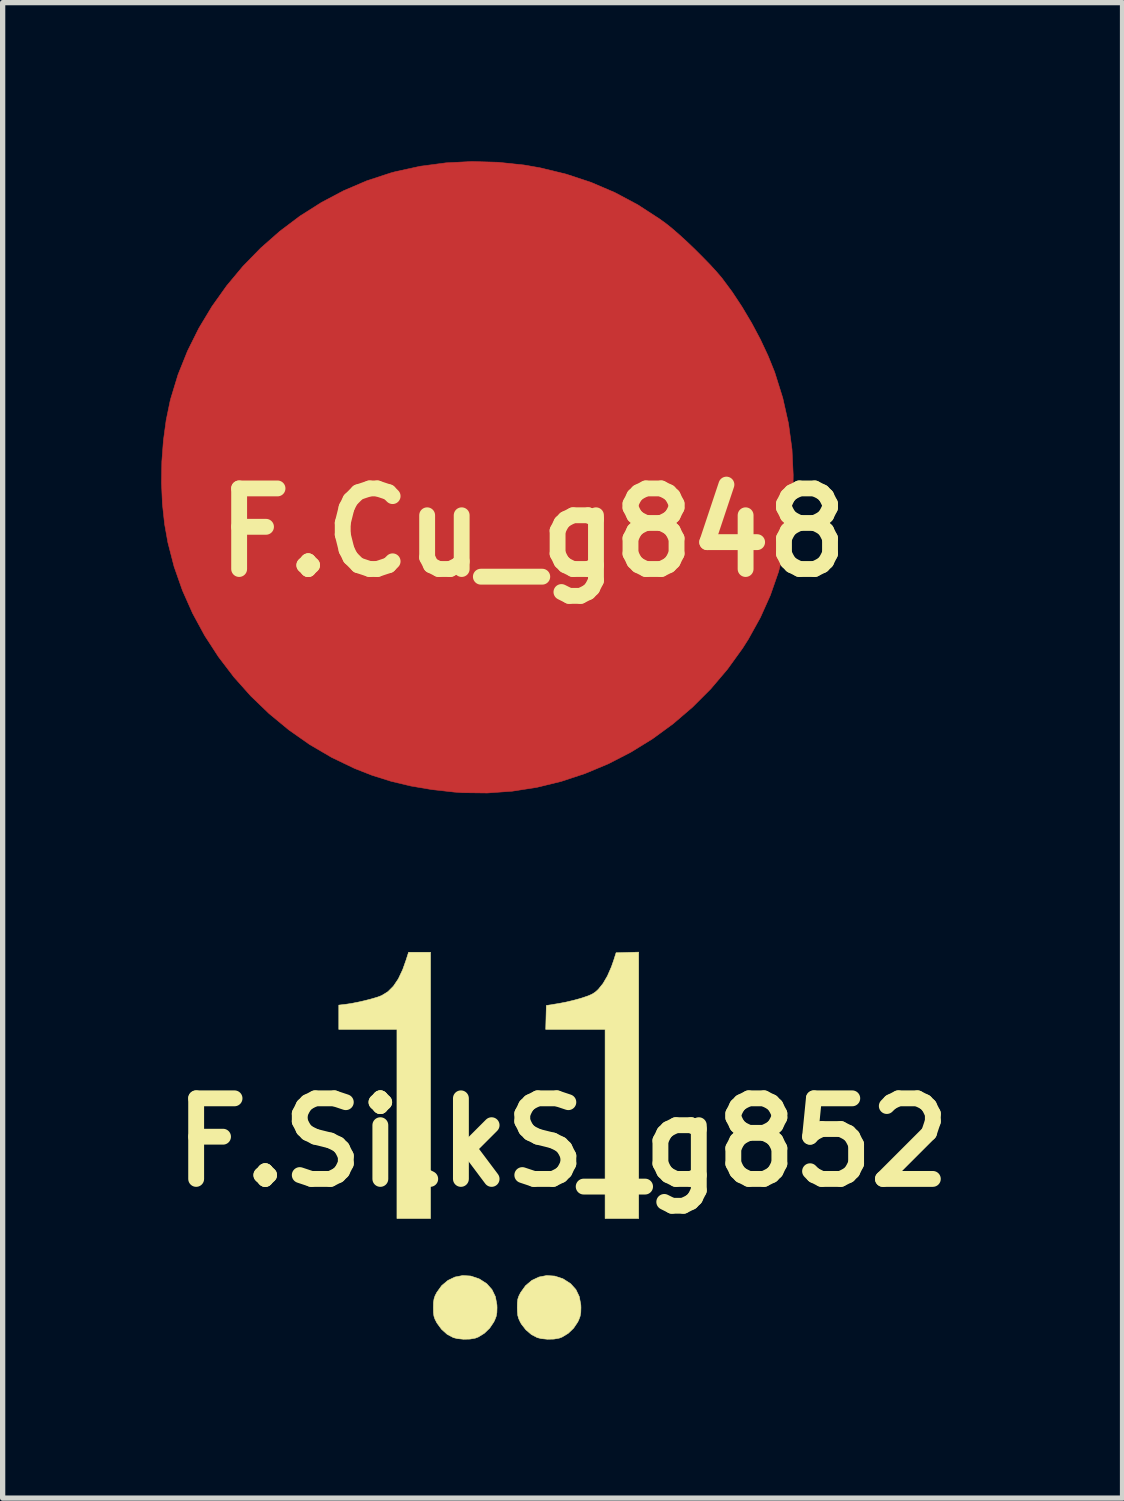
<source format=kicad_pcb>
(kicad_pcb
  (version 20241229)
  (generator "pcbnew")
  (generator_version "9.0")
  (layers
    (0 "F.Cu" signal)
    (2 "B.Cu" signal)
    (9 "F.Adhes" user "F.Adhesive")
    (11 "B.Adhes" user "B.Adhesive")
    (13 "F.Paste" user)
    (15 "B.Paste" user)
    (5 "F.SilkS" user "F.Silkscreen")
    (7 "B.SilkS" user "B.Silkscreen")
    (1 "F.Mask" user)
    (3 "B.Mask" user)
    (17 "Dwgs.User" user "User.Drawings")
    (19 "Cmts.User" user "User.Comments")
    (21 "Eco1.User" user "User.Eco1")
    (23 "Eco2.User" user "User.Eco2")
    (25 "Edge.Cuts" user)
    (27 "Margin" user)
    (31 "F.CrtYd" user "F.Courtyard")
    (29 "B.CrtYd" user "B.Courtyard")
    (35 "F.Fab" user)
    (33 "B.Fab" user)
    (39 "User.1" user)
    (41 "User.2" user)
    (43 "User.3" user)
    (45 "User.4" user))
  (footprint "F.Cu_g848"
    (layer "F.Cu")
    (at 7.025 7.023)
    (property "Reference" "F.Cu_g848" (at 0 0 0) (layer "F.SilkS") (effects (font (size 1.524 1.524) (thickness 0.3))))
    (attr through_hole)
    (fp_poly (pts (xy -0.654 -7.004) (xy -0.162 -6.952) (xy 0.141 -6.899) (xy 0.632 -6.78) (xy 1.104 -6.624) (xy 1.555 -6.431) (xy 1.988 -6.2) (xy 2.402 -5.931) (xy 2.517 -5.848) (xy 2.632 -5.756) (xy 2.767 -5.639) (xy 2.914 -5.505) (xy 3.067 -5.359) (xy 3.217 -5.209) (xy 3.358 -5.064) (xy 3.482 -4.928) (xy 3.582 -4.811) (xy 3.586 -4.805) (xy 3.776 -4.549) (xy 3.963 -4.265) (xy 4.143 -3.962) (xy 4.308 -3.652) (xy 4.452 -3.345) (xy 4.57 -3.053) (xy 4.58 -3.026) (xy 4.731 -2.544) (xy 4.839 -2.062) (xy 4.905 -1.577) (xy 4.928 -1.09) (xy 4.925 -0.857) (xy 4.915 -0.654) (xy 4.9 -0.468) (xy 4.878 -0.286) (xy 4.847 -0.096) (xy 4.807 0.113) (xy 4.771 0.278) (xy 4.65 0.744) (xy 4.496 1.186) (xy 4.307 1.607) (xy 4.082 2.013) (xy 3.971 2.188) (xy 3.683 2.587) (xy 3.366 2.96) (xy 3.022 3.304) (xy 2.654 3.619) (xy 2.265 3.903) (xy 1.856 4.155) (xy 1.431 4.374) (xy 0.991 4.558) (xy 0.54 4.707) (xy 0.08 4.819) (xy -0.387 4.892) (xy -0.858 4.926) (xy -1.331 4.92) (xy -1.482 4.909) (xy -1.908 4.861) (xy -2.303 4.794) (xy -2.676 4.705) (xy -3.033 4.593) (xy -3.365 4.463) (xy -3.8 4.254) (xy -4.217 4.01) (xy -4.612 3.733) (xy -4.984 3.426) (xy -5.331 3.092) (xy -5.651 2.733) (xy -5.943 2.35) (xy -6.204 1.948) (xy -6.432 1.528) (xy -6.625 1.093) (xy -6.782 0.645) (xy -6.9 0.187) (xy -6.962 -0.162) (xy -7.003 -0.543) (xy -7.02 -0.94) (xy -7.014 -1.343) (xy -6.984 -1.742) (xy -6.932 -2.126) (xy -6.858 -2.485) (xy -6.847 -2.529) (xy -6.707 -2.989) (xy -6.528 -3.435) (xy -6.314 -3.865) (xy -6.066 -4.277) (xy -5.787 -4.669) (xy -5.479 -5.038) (xy -5.143 -5.382) (xy -4.783 -5.699) (xy -4.401 -5.987) (xy -3.997 -6.243) (xy -3.576 -6.466) (xy -3.139 -6.653) (xy -2.688 -6.801) (xy -2.596 -6.826) (xy -2.124 -6.929) (xy -1.64 -6.993) (xy -1.148 -7.018) (xy -0.654 -7.004)) (stroke (width 0.01) (type solid)) (fill yes) (layer "F.Cu")))
  (footprint "F.SilkS_g852"
    (layer "F.Cu")
    (at 7.591 18.559)
    (property "Reference" "F.SilkS_g852" (at 0 0 0) (layer "F.SilkS") (effects (font (size 1.524 1.524) (thickness 0.3))))
    (attr through_hole)
    (fp_poly (pts (xy -2.498 1.439) (xy -3.133 1.439) (xy -3.133 -2.138) (xy -4.233 -2.138) (xy -4.233 -2.598) (xy -4.111 -2.612) (xy -4.001 -2.628) (xy -3.873 -2.653) (xy -3.74 -2.683) (xy -3.613 -2.716) (xy -3.504 -2.748) (xy -3.425 -2.778) (xy -3.422 -2.779) (xy -3.304 -2.852) (xy -3.2 -2.956) (xy -3.107 -3.094) (xy -3.024 -3.27) (xy -2.962 -3.445) (xy -2.913 -3.598) (xy -2.498 -3.598) (xy -2.498 1.439)) (stroke (width 0.01) (type solid)) (fill yes) (layer "F.SilkS"))
    (fp_poly (pts (xy 1.439 1.439) (xy 0.804 1.439) (xy 0.804 -2.138) (xy -0.319 -2.138) (xy -0.307 -2.591) (xy -0.074 -2.628) (xy 0.051 -2.652) (xy 0.19 -2.684) (xy 0.32 -2.719) (xy 0.37 -2.734) (xy 0.473 -2.769) (xy 0.547 -2.8) (xy 0.604 -2.834) (xy 0.655 -2.876) (xy 0.679 -2.9) (xy 0.766 -3.008) (xy 0.849 -3.151) (xy 0.924 -3.323) (xy 0.965 -3.44) (xy 1.012 -3.588) (xy 1.439 -3.6) (xy 1.439 1.439)) (stroke (width 0.01) (type solid)) (fill yes) (layer "F.SilkS"))
    (fp_poly (pts (xy -1.738 2.526) (xy -1.587 2.576) (xy -1.57 2.584) (xy -1.435 2.671) (xy -1.336 2.782) (xy -1.271 2.916) (xy -1.242 3.073) (xy -1.24 3.125) (xy -1.243 3.217) (xy -1.256 3.289) (xy -1.284 3.361) (xy -1.303 3.399) (xy -1.38 3.513) (xy -1.481 3.61) (xy -1.595 3.68) (xy -1.65 3.701) (xy -1.752 3.719) (xy -1.872 3.722) (xy -1.99 3.71) (xy -2.066 3.691) (xy -2.183 3.629) (xy -2.289 3.534) (xy -2.377 3.414) (xy -2.382 3.405) (xy -2.415 3.34) (xy -2.434 3.283) (xy -2.442 3.217) (xy -2.444 3.126) (xy -2.444 3.122) (xy -2.442 3.029) (xy -2.432 2.961) (xy -2.413 2.902) (xy -2.381 2.839) (xy -2.287 2.708) (xy -2.17 2.61) (xy -2.036 2.545) (xy -1.89 2.517) (xy -1.738 2.526)) (stroke (width 0.01) (type solid)) (fill yes) (layer "F.SilkS"))
    (fp_poly (pts (xy -0.149 2.527) (xy 0.002 2.576) (xy 0.017 2.584) (xy 0.152 2.671) (xy 0.252 2.782) (xy 0.316 2.916) (xy 0.345 3.073) (xy 0.347 3.125) (xy 0.344 3.217) (xy 0.331 3.289) (xy 0.304 3.361) (xy 0.285 3.399) (xy 0.208 3.513) (xy 0.107 3.61) (xy -0.008 3.68) (xy -0.063 3.701) (xy -0.164 3.719) (xy -0.285 3.722) (xy -0.402 3.71) (xy -0.479 3.691) (xy -0.59 3.633) (xy -0.694 3.544) (xy -0.779 3.435) (xy -0.799 3.4) (xy -0.83 3.334) (xy -0.848 3.271) (xy -0.855 3.196) (xy -0.857 3.122) (xy -0.855 3.03) (xy -0.847 2.963) (xy -0.828 2.906) (xy -0.795 2.841) (xy -0.794 2.839) (xy -0.7 2.708) (xy -0.582 2.609) (xy -0.447 2.545) (xy -0.301 2.517) (xy -0.149 2.527)) (stroke (width 0.01) (type solid)) (fill yes) (layer "F.SilkS")))
  (gr_rect
    (start -3 -3)
    (end 18.182 25.286)
    (stroke (width 0.1) (type default))
    (fill no)
    (layer "Edge.Cuts")))
</source>
